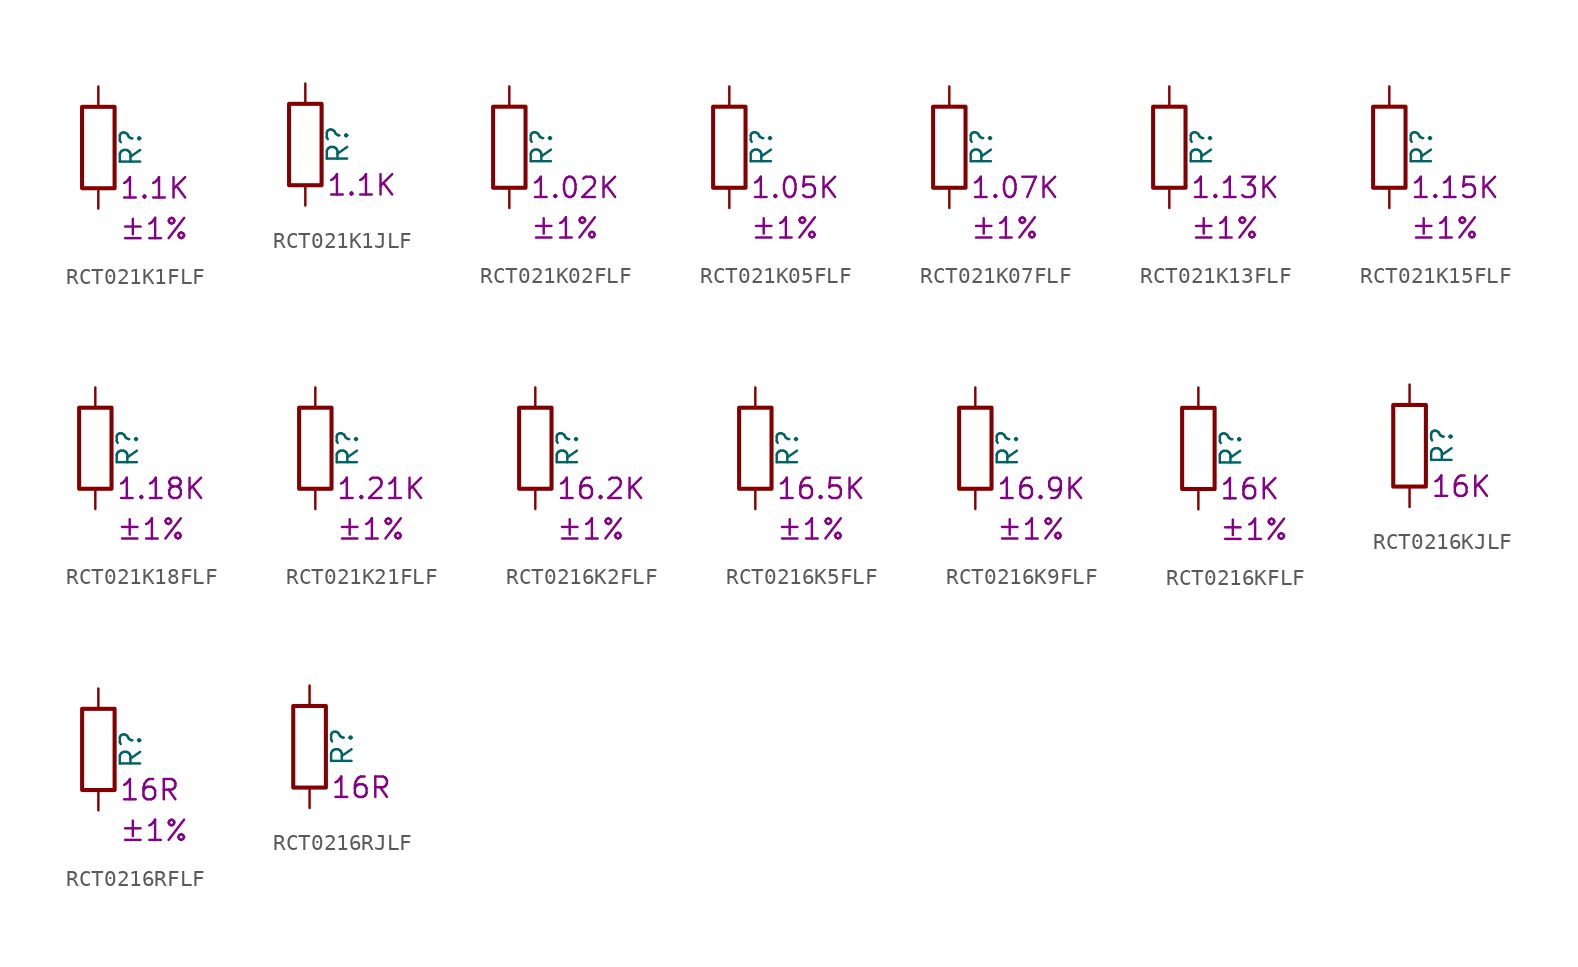
<source format=kicad_sym>
(kicad_symbol_lib
  (version 20220914)
  (generator kicad_symbol_editor)
  (symbol "RCT021K1FLF"
    (pin_numbers hide)
    (pin_names
      (offset 0))
    (property "Reference" "R"
      (at 2.032 0 90)
      (effects (font (size 1.27 1.27))))
    (property "Resistance" "1.1K"
      (at 1.27 -2.54 0)
      (effects (font (size 1.27 1.27)) (justify left)))
    (property "Tolerance" "±1%"
      (at 1.27 -5.08 0)
      (effects (font (size 1.27 1.27)) (justify left)))
    (symbol "RCT021K1FLF_0_1"
      (rectangle (start -1.016 -2.54) (end 1.016 2.54) (stroke (width 0.254) (type default)) (fill (type none))))
    (symbol "RCT021K1FLF_1_1"
      (pin passive line (at 0 3.81 270) (length 1.27) (name "~" (effects (font (size 1.27 1.27)))) (number "1" (effects (font (size 1.27 1.27)))))
      (pin passive line (at 0 -3.81 90) (length 1.27) (name "~" (effects (font (size 1.27 1.27)))) (number "2" (effects (font (size 1.27 1.27)))))))
  (symbol "RCT021K1JLF"
    (pin_numbers hide)
    (pin_names
      (offset 0))
    (property "Reference" "R"
      (at 2.032 0 90)
      (effects (font (size 1.27 1.27))))
    (property "Resistance" "1.1K"
      (at 1.27 -2.54 0)
      (effects (font (size 1.27 1.27)) (justify left)))
    (symbol "RCT021K1JLF_0_1"
      (rectangle (start -1.016 -2.54) (end 1.016 2.54) (stroke (width 0.254) (type default)) (fill (type none))))
    (symbol "RCT021K1JLF_1_1"
      (pin passive line (at 0 3.81 270) (length 1.27) (name "~" (effects (font (size 1.27 1.27)))) (number "1" (effects (font (size 1.27 1.27)))))
      (pin passive line (at 0 -3.81 90) (length 1.27) (name "~" (effects (font (size 1.27 1.27)))) (number "2" (effects (font (size 1.27 1.27)))))))
  (symbol "RCT021K02FLF"
    (pin_numbers hide)
    (pin_names
      (offset 0))
    (property "Reference" "R"
      (at 2.032 0 90)
      (effects (font (size 1.27 1.27))))
    (property "Resistance" "1.02K"
      (at 1.27 -2.54 0)
      (effects (font (size 1.27 1.27)) (justify left)))
    (property "Tolerance" "±1%"
      (at 1.27 -5.08 0)
      (effects (font (size 1.27 1.27)) (justify left)))
    (symbol "RCT021K02FLF_0_1"
      (rectangle (start -1.016 -2.54) (end 1.016 2.54) (stroke (width 0.254) (type default)) (fill (type none))))
    (symbol "RCT021K02FLF_1_1"
      (pin passive line (at 0 3.81 270) (length 1.27) (name "~" (effects (font (size 1.27 1.27)))) (number "1" (effects (font (size 1.27 1.27)))))
      (pin passive line (at 0 -3.81 90) (length 1.27) (name "~" (effects (font (size 1.27 1.27)))) (number "2" (effects (font (size 1.27 1.27)))))))
  (symbol "RCT021K05FLF"
    (pin_numbers hide)
    (pin_names
      (offset 0))
    (property "Reference" "R"
      (at 2.032 0 90)
      (effects (font (size 1.27 1.27))))
    (property "Resistance" "1.05K"
      (at 1.27 -2.54 0)
      (effects (font (size 1.27 1.27)) (justify left)))
    (property "Tolerance" "±1%"
      (at 1.27 -5.08 0)
      (effects (font (size 1.27 1.27)) (justify left)))
    (symbol "RCT021K05FLF_0_1"
      (rectangle (start -1.016 -2.54) (end 1.016 2.54) (stroke (width 0.254) (type default)) (fill (type none))))
    (symbol "RCT021K05FLF_1_1"
      (pin passive line (at 0 3.81 270) (length 1.27) (name "~" (effects (font (size 1.27 1.27)))) (number "1" (effects (font (size 1.27 1.27)))))
      (pin passive line (at 0 -3.81 90) (length 1.27) (name "~" (effects (font (size 1.27 1.27)))) (number "2" (effects (font (size 1.27 1.27)))))))
  (symbol "RCT021K07FLF"
    (pin_numbers hide)
    (pin_names
      (offset 0))
    (property "Reference" "R"
      (at 2.032 0 90)
      (effects (font (size 1.27 1.27))))
    (property "Resistance" "1.07K"
      (at 1.27 -2.54 0)
      (effects (font (size 1.27 1.27)) (justify left)))
    (property "Tolerance" "±1%"
      (at 1.27 -5.08 0)
      (effects (font (size 1.27 1.27)) (justify left)))
    (symbol "RCT021K07FLF_0_1"
      (rectangle (start -1.016 -2.54) (end 1.016 2.54) (stroke (width 0.254) (type default)) (fill (type none))))
    (symbol "RCT021K07FLF_1_1"
      (pin passive line (at 0 3.81 270) (length 1.27) (name "~" (effects (font (size 1.27 1.27)))) (number "1" (effects (font (size 1.27 1.27)))))
      (pin passive line (at 0 -3.81 90) (length 1.27) (name "~" (effects (font (size 1.27 1.27)))) (number "2" (effects (font (size 1.27 1.27)))))))
  (symbol "RCT021K13FLF"
    (pin_numbers hide)
    (pin_names
      (offset 0))
    (property "Reference" "R"
      (at 2.032 0 90)
      (effects (font (size 1.27 1.27))))
    (property "Resistance" "1.13K"
      (at 1.27 -2.54 0)
      (effects (font (size 1.27 1.27)) (justify left)))
    (property "Tolerance" "±1%"
      (at 1.27 -5.08 0)
      (effects (font (size 1.27 1.27)) (justify left)))
    (symbol "RCT021K13FLF_0_1"
      (rectangle (start -1.016 -2.54) (end 1.016 2.54) (stroke (width 0.254) (type default)) (fill (type none))))
    (symbol "RCT021K13FLF_1_1"
      (pin passive line (at 0 3.81 270) (length 1.27) (name "~" (effects (font (size 1.27 1.27)))) (number "1" (effects (font (size 1.27 1.27)))))
      (pin passive line (at 0 -3.81 90) (length 1.27) (name "~" (effects (font (size 1.27 1.27)))) (number "2" (effects (font (size 1.27 1.27)))))))
  (symbol "RCT021K15FLF"
    (pin_numbers hide)
    (pin_names
      (offset 0))
    (property "Reference" "R"
      (at 2.032 0 90)
      (effects (font (size 1.27 1.27))))
    (property "Resistance" "1.15K"
      (at 1.27 -2.54 0)
      (effects (font (size 1.27 1.27)) (justify left)))
    (property "Tolerance" "±1%"
      (at 1.27 -5.08 0)
      (effects (font (size 1.27 1.27)) (justify left)))
    (symbol "RCT021K15FLF_0_1"
      (rectangle (start -1.016 -2.54) (end 1.016 2.54) (stroke (width 0.254) (type default)) (fill (type none))))
    (symbol "RCT021K15FLF_1_1"
      (pin passive line (at 0 3.81 270) (length 1.27) (name "~" (effects (font (size 1.27 1.27)))) (number "1" (effects (font (size 1.27 1.27)))))
      (pin passive line (at 0 -3.81 90) (length 1.27) (name "~" (effects (font (size 1.27 1.27)))) (number "2" (effects (font (size 1.27 1.27)))))))
  (symbol "RCT021K18FLF"
    (pin_numbers hide)
    (pin_names
      (offset 0))
    (property "Reference" "R"
      (at 2.032 0 90)
      (effects (font (size 1.27 1.27))))
    (property "Resistance" "1.18K"
      (at 1.27 -2.54 0)
      (effects (font (size 1.27 1.27)) (justify left)))
    (property "Tolerance" "±1%"
      (at 1.27 -5.08 0)
      (effects (font (size 1.27 1.27)) (justify left)))
    (symbol "RCT021K18FLF_0_1"
      (rectangle (start -1.016 -2.54) (end 1.016 2.54) (stroke (width 0.254) (type default)) (fill (type none))))
    (symbol "RCT021K18FLF_1_1"
      (pin passive line (at 0 3.81 270) (length 1.27) (name "~" (effects (font (size 1.27 1.27)))) (number "1" (effects (font (size 1.27 1.27)))))
      (pin passive line (at 0 -3.81 90) (length 1.27) (name "~" (effects (font (size 1.27 1.27)))) (number "2" (effects (font (size 1.27 1.27)))))))
  (symbol "RCT021K21FLF"
    (pin_numbers hide)
    (pin_names
      (offset 0))
    (property "Reference" "R"
      (at 2.032 0 90)
      (effects (font (size 1.27 1.27))))
    (property "Resistance" "1.21K"
      (at 1.27 -2.54 0)
      (effects (font (size 1.27 1.27)) (justify left)))
    (property "Tolerance" "±1%"
      (at 1.27 -5.08 0)
      (effects (font (size 1.27 1.27)) (justify left)))
    (symbol "RCT021K21FLF_0_1"
      (rectangle (start -1.016 -2.54) (end 1.016 2.54) (stroke (width 0.254) (type default)) (fill (type none))))
    (symbol "RCT021K21FLF_1_1"
      (pin passive line (at 0 3.81 270) (length 1.27) (name "~" (effects (font (size 1.27 1.27)))) (number "1" (effects (font (size 1.27 1.27)))))
      (pin passive line (at 0 -3.81 90) (length 1.27) (name "~" (effects (font (size 1.27 1.27)))) (number "2" (effects (font (size 1.27 1.27)))))))
  (symbol "RCT0216K2FLF"
    (pin_numbers hide)
    (pin_names
      (offset 0))
    (property "Reference" "R"
      (at 2.032 0 90)
      (effects (font (size 1.27 1.27))))
    (property "Resistance" "16.2K"
      (at 1.27 -2.54 0)
      (effects (font (size 1.27 1.27)) (justify left)))
    (property "Tolerance" "±1%"
      (at 1.27 -5.08 0)
      (effects (font (size 1.27 1.27)) (justify left)))
    (symbol "RCT0216K2FLF_0_1"
      (rectangle (start -1.016 -2.54) (end 1.016 2.54) (stroke (width 0.254) (type default)) (fill (type none))))
    (symbol "RCT0216K2FLF_1_1"
      (pin passive line (at 0 3.81 270) (length 1.27) (name "~" (effects (font (size 1.27 1.27)))) (number "1" (effects (font (size 1.27 1.27)))))
      (pin passive line (at 0 -3.81 90) (length 1.27) (name "~" (effects (font (size 1.27 1.27)))) (number "2" (effects (font (size 1.27 1.27)))))))
  (symbol "RCT0216K5FLF"
    (pin_numbers hide)
    (pin_names
      (offset 0))
    (property "Reference" "R"
      (at 2.032 0 90)
      (effects (font (size 1.27 1.27))))
    (property "Resistance" "16.5K"
      (at 1.27 -2.54 0)
      (effects (font (size 1.27 1.27)) (justify left)))
    (property "Tolerance" "±1%"
      (at 1.27 -5.08 0)
      (effects (font (size 1.27 1.27)) (justify left)))
    (symbol "RCT0216K5FLF_0_1"
      (rectangle (start -1.016 -2.54) (end 1.016 2.54) (stroke (width 0.254) (type default)) (fill (type none))))
    (symbol "RCT0216K5FLF_1_1"
      (pin passive line (at 0 3.81 270) (length 1.27) (name "~" (effects (font (size 1.27 1.27)))) (number "1" (effects (font (size 1.27 1.27)))))
      (pin passive line (at 0 -3.81 90) (length 1.27) (name "~" (effects (font (size 1.27 1.27)))) (number "2" (effects (font (size 1.27 1.27)))))))
  (symbol "RCT0216K9FLF"
    (pin_numbers hide)
    (pin_names
      (offset 0))
    (property "Reference" "R"
      (at 2.032 0 90)
      (effects (font (size 1.27 1.27))))
    (property "Resistance" "16.9K"
      (at 1.27 -2.54 0)
      (effects (font (size 1.27 1.27)) (justify left)))
    (property "Tolerance" "±1%"
      (at 1.27 -5.08 0)
      (effects (font (size 1.27 1.27)) (justify left)))
    (symbol "RCT0216K9FLF_0_1"
      (rectangle (start -1.016 -2.54) (end 1.016 2.54) (stroke (width 0.254) (type default)) (fill (type none))))
    (symbol "RCT0216K9FLF_1_1"
      (pin passive line (at 0 3.81 270) (length 1.27) (name "~" (effects (font (size 1.27 1.27)))) (number "1" (effects (font (size 1.27 1.27)))))
      (pin passive line (at 0 -3.81 90) (length 1.27) (name "~" (effects (font (size 1.27 1.27)))) (number "2" (effects (font (size 1.27 1.27)))))))
  (symbol "RCT0216KFLF"
    (pin_numbers hide)
    (pin_names
      (offset 0))
    (property "Reference" "R"
      (at 2.032 0 90)
      (effects (font (size 1.27 1.27))))
    (property "Resistance" "16K"
      (at 1.27 -2.54 0)
      (effects (font (size 1.27 1.27)) (justify left)))
    (property "Tolerance" "±1%"
      (at 1.27 -5.08 0)
      (effects (font (size 1.27 1.27)) (justify left)))
    (symbol "RCT0216KFLF_0_1"
      (rectangle (start -1.016 -2.54) (end 1.016 2.54) (stroke (width 0.254) (type default)) (fill (type none))))
    (symbol "RCT0216KFLF_1_1"
      (pin passive line (at 0 3.81 270) (length 1.27) (name "~" (effects (font (size 1.27 1.27)))) (number "1" (effects (font (size 1.27 1.27)))))
      (pin passive line (at 0 -3.81 90) (length 1.27) (name "~" (effects (font (size 1.27 1.27)))) (number "2" (effects (font (size 1.27 1.27)))))))
  (symbol "RCT0216KJLF"
    (pin_numbers hide)
    (pin_names
      (offset 0))
    (property "Reference" "R"
      (at 2.032 0 90)
      (effects (font (size 1.27 1.27))))
    (property "Resistance" "16K"
      (at 1.27 -2.54 0)
      (effects (font (size 1.27 1.27)) (justify left)))
    (symbol "RCT0216KJLF_0_1"
      (rectangle (start -1.016 -2.54) (end 1.016 2.54) (stroke (width 0.254) (type default)) (fill (type none))))
    (symbol "RCT0216KJLF_1_1"
      (pin passive line (at 0 3.81 270) (length 1.27) (name "~" (effects (font (size 1.27 1.27)))) (number "1" (effects (font (size 1.27 1.27)))))
      (pin passive line (at 0 -3.81 90) (length 1.27) (name "~" (effects (font (size 1.27 1.27)))) (number "2" (effects (font (size 1.27 1.27)))))))
  (symbol "RCT0216RFLF"
    (pin_numbers hide)
    (pin_names
      (offset 0))
    (property "Reference" "R"
      (at 2.032 0 90)
      (effects (font (size 1.27 1.27))))
    (property "Resistance" "16R"
      (at 1.27 -2.54 0)
      (effects (font (size 1.27 1.27)) (justify left)))
    (property "Tolerance" "±1%"
      (at 1.27 -5.08 0)
      (effects (font (size 1.27 1.27)) (justify left)))
    (symbol "RCT0216RFLF_0_1"
      (rectangle (start -1.016 -2.54) (end 1.016 2.54) (stroke (width 0.254) (type default)) (fill (type none))))
    (symbol "RCT0216RFLF_1_1"
      (pin passive line (at 0 3.81 270) (length 1.27) (name "~" (effects (font (size 1.27 1.27)))) (number "1" (effects (font (size 1.27 1.27)))))
      (pin passive line (at 0 -3.81 90) (length 1.27) (name "~" (effects (font (size 1.27 1.27)))) (number "2" (effects (font (size 1.27 1.27)))))))
  (symbol "RCT0216RJLF"
    (pin_numbers hide)
    (pin_names
      (offset 0))
    (property "Reference" "R"
      (at 2.032 0 90)
      (effects (font (size 1.27 1.27))))
    (property "Resistance" "16R"
      (at 1.27 -2.54 0)
      (effects (font (size 1.27 1.27)) (justify left)))
    (symbol "RCT0216RJLF_0_1"
      (rectangle (start -1.016 -2.54) (end 1.016 2.54) (stroke (width 0.254) (type default)) (fill (type none))))
    (symbol "RCT0216RJLF_1_1"
      (pin passive line (at 0 3.81 270) (length 1.27) (name "~" (effects (font (size 1.27 1.27)))) (number "1" (effects (font (size 1.27 1.27)))))
      (pin passive line (at 0 -3.81 90) (length 1.27) (name "~" (effects (font (size 1.27 1.27)))) (number "2" (effects (font (size 1.27 1.27))))))))
</source>
